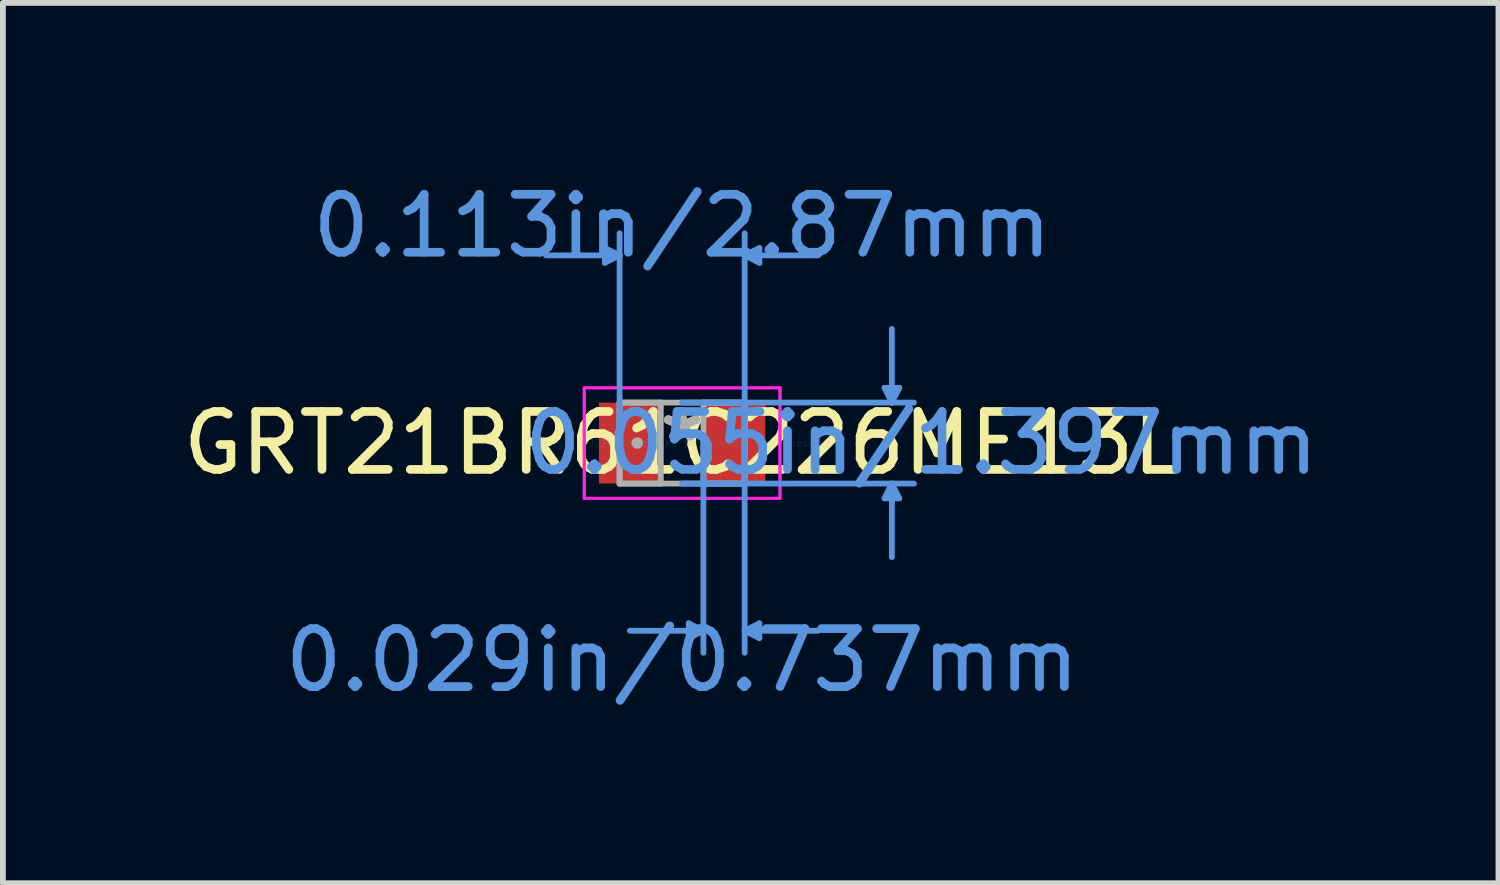
<source format=kicad_pcb>
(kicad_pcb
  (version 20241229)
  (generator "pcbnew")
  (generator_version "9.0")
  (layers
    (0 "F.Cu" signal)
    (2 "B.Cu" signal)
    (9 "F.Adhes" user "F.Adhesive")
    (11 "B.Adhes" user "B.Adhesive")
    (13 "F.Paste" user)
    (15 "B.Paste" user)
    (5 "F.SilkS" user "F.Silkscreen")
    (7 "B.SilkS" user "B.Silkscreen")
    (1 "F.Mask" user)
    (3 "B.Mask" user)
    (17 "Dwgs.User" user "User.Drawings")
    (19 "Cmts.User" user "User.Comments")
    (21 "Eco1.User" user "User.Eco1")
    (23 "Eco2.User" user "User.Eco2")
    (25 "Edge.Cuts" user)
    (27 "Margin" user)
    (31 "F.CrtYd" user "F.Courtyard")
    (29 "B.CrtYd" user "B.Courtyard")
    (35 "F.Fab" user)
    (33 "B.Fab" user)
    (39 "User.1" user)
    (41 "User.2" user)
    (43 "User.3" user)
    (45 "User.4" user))
  (footprint "GRT21BR61C226ME13L"
    (layer "F.Cu")
    (at 8.72 4.595)
    (property "Reference" "GRT21BR61C226ME13L" (at 0 0 0) (layer "F.SilkS") (effects (font (size 1 1) (thickness 0.15))))
    (attr through_hole)
    (fp_line (start -1.333 -3.365) (end -1.333 -3.111) (stroke (width 0.1) (type solid)) (layer "Cmts.User"))
    (fp_line (start -1.079 -3.239) (end -2.349 -3.239) (stroke (width 0.1) (type solid)) (layer "Cmts.User"))
    (fp_line (start -1.079 -3.239) (end -1.333 -3.365) (stroke (width 0.1) (type solid)) (layer "Cmts.User"))
    (fp_line (start -1.079 -3.239) (end -1.333 -3.111) (stroke (width 0.1) (type solid)) (layer "Cmts.User"))
    (fp_line (start -1.079 0) (end -1.079 -3.619) (stroke (width 0.1) (type solid)) (layer "Cmts.User"))
    (fp_line (start 0 -0.699) (end 4 -0.699) (stroke (width 0.1) (type solid)) (layer "Cmts.User"))
    (fp_line (start 0 0.699) (end 4 0.699) (stroke (width 0.1) (type solid)) (layer "Cmts.User"))
    (fp_line (start 0.114 3.111) (end 0.114 3.365) (stroke (width 0.1) (type solid)) (layer "Cmts.User"))
    (fp_line (start 0.368 0) (end 0.368 3.619) (stroke (width 0.1) (type solid)) (layer "Cmts.User"))
    (fp_line (start 0.368 3.239) (end -0.902 3.239) (stroke (width 0.1) (type solid)) (layer "Cmts.User"))
    (fp_line (start 0.368 3.239) (end 0.114 3.111) (stroke (width 0.1) (type solid)) (layer "Cmts.User"))
    (fp_line (start 0.368 3.239) (end 0.114 3.365) (stroke (width 0.1) (type solid)) (layer "Cmts.User"))
    (fp_line (start 1.079 -3.239) (end 1.333 -3.365) (stroke (width 0.1) (type solid)) (layer "Cmts.User"))
    (fp_line (start 1.079 -3.239) (end 1.333 -3.111) (stroke (width 0.1) (type solid)) (layer "Cmts.User"))
    (fp_line (start 1.079 -3.239) (end 2.349 -3.239) (stroke (width 0.1) (type solid)) (layer "Cmts.User"))
    (fp_line (start 1.079 0) (end 1.079 -3.619) (stroke (width 0.1) (type solid)) (layer "Cmts.User"))
    (fp_line (start 1.079 0) (end 1.079 3.619) (stroke (width 0.1) (type solid)) (layer "Cmts.User"))
    (fp_line (start 1.079 3.239) (end 1.333 3.111) (stroke (width 0.1) (type solid)) (layer "Cmts.User"))
    (fp_line (start 1.079 3.239) (end 1.333 3.365) (stroke (width 0.1) (type solid)) (layer "Cmts.User"))
    (fp_line (start 1.079 3.239) (end 2.349 3.239) (stroke (width 0.1) (type solid)) (layer "Cmts.User"))
    (fp_line (start 1.333 -3.365) (end 1.333 -3.111) (stroke (width 0.1) (type solid)) (layer "Cmts.User"))
    (fp_line (start 1.333 3.111) (end 1.333 3.365) (stroke (width 0.1) (type solid)) (layer "Cmts.User"))
    (fp_line (start 3.493 -0.953) (end 3.747 -0.953) (stroke (width 0.1) (type solid)) (layer "Cmts.User"))
    (fp_line (start 3.493 0.953) (end 3.747 0.953) (stroke (width 0.1) (type solid)) (layer "Cmts.User"))
    (fp_line (start 3.619 -0.699) (end 3.493 -0.953) (stroke (width 0.1) (type solid)) (layer "Cmts.User"))
    (fp_line (start 3.619 -0.699) (end 3.619 -1.968) (stroke (width 0.1) (type solid)) (layer "Cmts.User"))
    (fp_line (start 3.619 -0.699) (end 3.747 -0.953) (stroke (width 0.1) (type solid)) (layer "Cmts.User"))
    (fp_line (start 3.619 0.699) (end 3.493 0.953) (stroke (width 0.1) (type solid)) (layer "Cmts.User"))
    (fp_line (start 3.619 0.699) (end 3.619 1.968) (stroke (width 0.1) (type solid)) (layer "Cmts.User"))
    (fp_line (start 3.619 0.699) (end 3.747 0.953) (stroke (width 0.1) (type solid)) (layer "Cmts.User"))
    (fp_line (start -1.689 -0.953) (end 1.689 -0.953) (stroke (width 0.05) (type solid)) (layer "F.CrtYd"))
    (fp_line (start -1.689 -0.953) (end 1.689 -0.953) (stroke (width 0.05) (type solid)) (layer "F.CrtYd"))
    (fp_line (start -1.689 0.953) (end -1.689 -0.953) (stroke (width 0.05) (type solid)) (layer "F.CrtYd"))
    (fp_line (start -1.689 0.953) (end -1.689 -0.953) (stroke (width 0.05) (type solid)) (layer "F.CrtYd"))
    (fp_line (start 1.689 -0.953) (end 1.689 0.953) (stroke (width 0.05) (type solid)) (layer "F.CrtYd"))
    (fp_line (start 1.689 -0.953) (end 1.689 0.953) (stroke (width 0.05) (type solid)) (layer "F.CrtYd"))
    (fp_line (start 1.689 0.953) (end -1.689 0.953) (stroke (width 0.05) (type solid)) (layer "F.CrtYd"))
    (fp_line (start 1.689 0.953) (end -1.689 0.953) (stroke (width 0.05) (type solid)) (layer "F.CrtYd"))
    (fp_line (start -1.079 -0.699) (end -1.079 0.699) (stroke (width 0.1) (type solid)) (layer "F.Fab"))
    (fp_line (start -1.079 -0.699) (end -1.079 0.699) (stroke (width 0.1) (type solid)) (layer "F.Fab"))
    (fp_line (start -1.079 0.699) (end -0.368 0.699) (stroke (width 0.1) (type solid)) (layer "F.Fab"))
    (fp_line (start -1.079 0.699) (end 1.079 0.699) (stroke (width 0.1) (type solid)) (layer "F.Fab"))
    (fp_line (start -0.368 -0.699) (end -1.079 -0.699) (stroke (width 0.1) (type solid)) (layer "F.Fab"))
    (fp_line (start -0.368 0.699) (end -0.368 -0.699) (stroke (width 0.1) (type solid)) (layer "F.Fab"))
    (fp_line (start 0.368 -0.699) (end 0.368 0.699) (stroke (width 0.1) (type solid)) (layer "F.Fab"))
    (fp_line (start 0.368 0.699) (end 1.079 0.699) (stroke (width 0.1) (type solid)) (layer "F.Fab"))
    (fp_line (start 1.079 -0.699) (end -1.079 -0.699) (stroke (width 0.1) (type solid)) (layer "F.Fab"))
    (fp_line (start 1.079 -0.699) (end 0.368 -0.699) (stroke (width 0.1) (type solid)) (layer "F.Fab"))
    (fp_line (start 1.079 0.699) (end 1.079 -0.699) (stroke (width 0.1) (type solid)) (layer "F.Fab"))
    (fp_line (start 1.079 0.699) (end 1.079 -0.699) (stroke (width 0.1) (type solid)) (layer "F.Fab"))
    (fp_circle (center -0.775 0) (end -0.775 0) (stroke (width 0.1) (type solid)) (fill no) (layer "F.Fab"))
    (fp_text user "*" (at 0 0 0) (layer "F.SilkS") (effects (font (size 1 1) (thickness 0.15))))
    (fp_text user "0.029in/0.737mm" (at 0 3.747 0) (layer "Cmts.User") (effects (font (size 1 1) (thickness 0.15))))
    (fp_text user "0.113in/2.87mm" (at 0 -3.747 0) (layer "Cmts.User") (effects (font (size 1 1) (thickness 0.15))))
    (fp_text user "Copyright 2021 Accelerated Designs. All rights reserved." (at 0 0 0) (layer "Cmts.User") (effects (font (size 0.127 0.127) (thickness 0.002))))
    (fp_text user "0.055in/1.397mm" (at 4.128 0 0) (layer "Cmts.User") (effects (font (size 1 1) (thickness 0.15))))
    (fp_text user "*" (at 0 0 0) (layer "F.Fab") (effects (font (size 1 1) (thickness 0.15))))
    (pad "1" smd rect (at -0.902 0) (size 1.067 1.397) (layers "F.Cu" "F.Mask" "F.Paste"))
    (pad "2" smd rect (at 0.902 0) (size 1.067 1.397) (layers "F.Cu" "F.Mask" "F.Paste")))
  (gr_rect
    (start -3 -3)
    (end 22.806 12.19)
    (stroke (width 0.1) (type default))
    (fill no)
    (layer "Edge.Cuts")))
</source>
